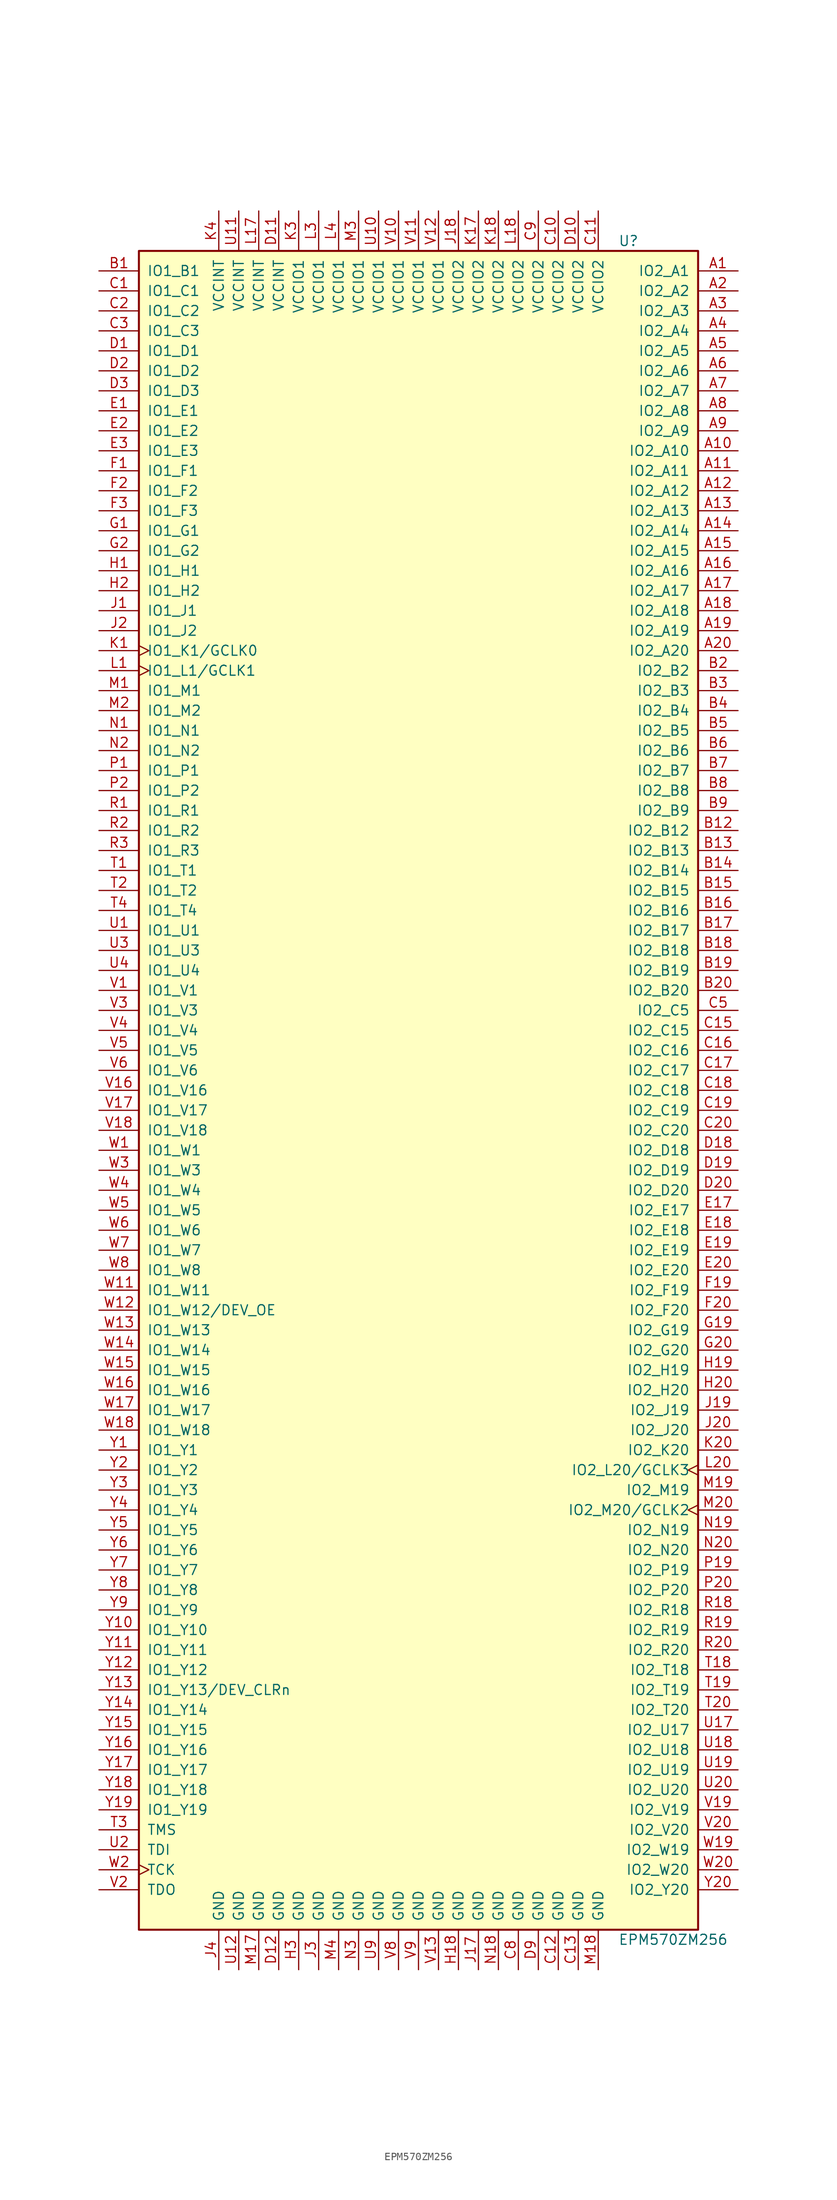
<source format=kicad_sym>
(kicad_symbol_lib
  (version 20201005)
  (generator kicad_symbol_editor)
  (symbol "EPM570ZM256"
    (pin_names
      (offset 1.016))
    (property "Reference" "U"
      (at 25.4 107.95 0)
      (effects (font (size 1.27 1.27)) (justify left)))
    (property "Value" "EPM570ZM256"
      (at 25.4 -107.95 0)
      (effects (font (size 1.27 1.27)) (justify left)))
    (property "ki_locked" ""
      (at 0 0 0)
      (effects (font (size 1.27 1.27))))
    (symbol "EPM570ZM256_1_1"
      (rectangle (start -35.56 106.68) (end 35.56 -106.68) (stroke (width 0.254)) (fill (type background)))
      (pin bidirectional line (at 40.64 104.14 180) (length 5.08) (name "IO2_A1" (effects (font (size 1.27 1.27)))) (number "A1" (effects (font (size 1.27 1.27)))))
      (pin bidirectional line (at 40.64 81.28 180) (length 5.08) (name "IO2_A10" (effects (font (size 1.27 1.27)))) (number "A10" (effects (font (size 1.27 1.27)))))
      (pin bidirectional line (at 40.64 78.74 180) (length 5.08) (name "IO2_A11" (effects (font (size 1.27 1.27)))) (number "A11" (effects (font (size 1.27 1.27)))))
      (pin bidirectional line (at 40.64 76.2 180) (length 5.08) (name "IO2_A12" (effects (font (size 1.27 1.27)))) (number "A12" (effects (font (size 1.27 1.27)))))
      (pin bidirectional line (at 40.64 73.66 180) (length 5.08) (name "IO2_A13" (effects (font (size 1.27 1.27)))) (number "A13" (effects (font (size 1.27 1.27)))))
      (pin bidirectional line (at 40.64 71.12 180) (length 5.08) (name "IO2_A14" (effects (font (size 1.27 1.27)))) (number "A14" (effects (font (size 1.27 1.27)))))
      (pin bidirectional line (at 40.64 68.58 180) (length 5.08) (name "IO2_A15" (effects (font (size 1.27 1.27)))) (number "A15" (effects (font (size 1.27 1.27)))))
      (pin bidirectional line (at 40.64 66.04 180) (length 5.08) (name "IO2_A16" (effects (font (size 1.27 1.27)))) (number "A16" (effects (font (size 1.27 1.27)))))
      (pin bidirectional line (at 40.64 63.5 180) (length 5.08) (name "IO2_A17" (effects (font (size 1.27 1.27)))) (number "A17" (effects (font (size 1.27 1.27)))))
      (pin bidirectional line (at 40.64 60.96 180) (length 5.08) (name "IO2_A18" (effects (font (size 1.27 1.27)))) (number "A18" (effects (font (size 1.27 1.27)))))
      (pin bidirectional line (at 40.64 58.42 180) (length 5.08) (name "IO2_A19" (effects (font (size 1.27 1.27)))) (number "A19" (effects (font (size 1.27 1.27)))))
      (pin bidirectional line (at 40.64 101.6 180) (length 5.08) (name "IO2_A2" (effects (font (size 1.27 1.27)))) (number "A2" (effects (font (size 1.27 1.27)))))
      (pin bidirectional line (at 40.64 55.88 180) (length 5.08) (name "IO2_A20" (effects (font (size 1.27 1.27)))) (number "A20" (effects (font (size 1.27 1.27)))))
      (pin bidirectional line (at 40.64 99.06 180) (length 5.08) (name "IO2_A3" (effects (font (size 1.27 1.27)))) (number "A3" (effects (font (size 1.27 1.27)))))
      (pin bidirectional line (at 40.64 96.52 180) (length 5.08) (name "IO2_A4" (effects (font (size 1.27 1.27)))) (number "A4" (effects (font (size 1.27 1.27)))))
      (pin bidirectional line (at 40.64 93.98 180) (length 5.08) (name "IO2_A5" (effects (font (size 1.27 1.27)))) (number "A5" (effects (font (size 1.27 1.27)))))
      (pin bidirectional line (at 40.64 91.44 180) (length 5.08) (name "IO2_A6" (effects (font (size 1.27 1.27)))) (number "A6" (effects (font (size 1.27 1.27)))))
      (pin bidirectional line (at 40.64 88.9 180) (length 5.08) (name "IO2_A7" (effects (font (size 1.27 1.27)))) (number "A7" (effects (font (size 1.27 1.27)))))
      (pin bidirectional line (at 40.64 86.36 180) (length 5.08) (name "IO2_A8" (effects (font (size 1.27 1.27)))) (number "A8" (effects (font (size 1.27 1.27)))))
      (pin bidirectional line (at 40.64 83.82 180) (length 5.08) (name "IO2_A9" (effects (font (size 1.27 1.27)))) (number "A9" (effects (font (size 1.27 1.27)))))
      (pin bidirectional line (at -40.64 104.14 0) (length 5.08) (name "IO1_B1" (effects (font (size 1.27 1.27)))) (number "B1" (effects (font (size 1.27 1.27)))))
      (pin bidirectional line (at 40.64 33.02 180) (length 5.08) (name "IO2_B12" (effects (font (size 1.27 1.27)))) (number "B12" (effects (font (size 1.27 1.27)))))
      (pin bidirectional line (at 40.64 30.48 180) (length 5.08) (name "IO2_B13" (effects (font (size 1.27 1.27)))) (number "B13" (effects (font (size 1.27 1.27)))))
      (pin bidirectional line (at 40.64 27.94 180) (length 5.08) (name "IO2_B14" (effects (font (size 1.27 1.27)))) (number "B14" (effects (font (size 1.27 1.27)))))
      (pin bidirectional line (at 40.64 25.4 180) (length 5.08) (name "IO2_B15" (effects (font (size 1.27 1.27)))) (number "B15" (effects (font (size 1.27 1.27)))))
      (pin bidirectional line (at 40.64 22.86 180) (length 5.08) (name "IO2_B16" (effects (font (size 1.27 1.27)))) (number "B16" (effects (font (size 1.27 1.27)))))
      (pin bidirectional line (at 40.64 20.32 180) (length 5.08) (name "IO2_B17" (effects (font (size 1.27 1.27)))) (number "B17" (effects (font (size 1.27 1.27)))))
      (pin bidirectional line (at 40.64 17.78 180) (length 5.08) (name "IO2_B18" (effects (font (size 1.27 1.27)))) (number "B18" (effects (font (size 1.27 1.27)))))
      (pin bidirectional line (at 40.64 15.24 180) (length 5.08) (name "IO2_B19" (effects (font (size 1.27 1.27)))) (number "B19" (effects (font (size 1.27 1.27)))))
      (pin bidirectional line (at 40.64 53.34 180) (length 5.08) (name "IO2_B2" (effects (font (size 1.27 1.27)))) (number "B2" (effects (font (size 1.27 1.27)))))
      (pin bidirectional line (at 40.64 12.7 180) (length 5.08) (name "IO2_B20" (effects (font (size 1.27 1.27)))) (number "B20" (effects (font (size 1.27 1.27)))))
      (pin bidirectional line (at 40.64 50.8 180) (length 5.08) (name "IO2_B3" (effects (font (size 1.27 1.27)))) (number "B3" (effects (font (size 1.27 1.27)))))
      (pin bidirectional line (at 40.64 48.26 180) (length 5.08) (name "IO2_B4" (effects (font (size 1.27 1.27)))) (number "B4" (effects (font (size 1.27 1.27)))))
      (pin bidirectional line (at 40.64 45.72 180) (length 5.08) (name "IO2_B5" (effects (font (size 1.27 1.27)))) (number "B5" (effects (font (size 1.27 1.27)))))
      (pin bidirectional line (at 40.64 43.18 180) (length 5.08) (name "IO2_B6" (effects (font (size 1.27 1.27)))) (number "B6" (effects (font (size 1.27 1.27)))))
      (pin bidirectional line (at 40.64 40.64 180) (length 5.08) (name "IO2_B7" (effects (font (size 1.27 1.27)))) (number "B7" (effects (font (size 1.27 1.27)))))
      (pin bidirectional line (at 40.64 38.1 180) (length 5.08) (name "IO2_B8" (effects (font (size 1.27 1.27)))) (number "B8" (effects (font (size 1.27 1.27)))))
      (pin bidirectional line (at 40.64 35.56 180) (length 5.08) (name "IO2_B9" (effects (font (size 1.27 1.27)))) (number "B9" (effects (font (size 1.27 1.27)))))
      (pin bidirectional line (at -40.64 101.6 0) (length 5.08) (name "IO1_C1" (effects (font (size 1.27 1.27)))) (number "C1" (effects (font (size 1.27 1.27)))))
      (pin power_in line (at 17.78 111.76 270) (length 5.08) (name "VCCIO2" (effects (font (size 1.27 1.27)))) (number "C10" (effects (font (size 1.27 1.27)))))
      (pin power_in line (at 22.86 111.76 270) (length 5.08) (name "VCCIO2" (effects (font (size 1.27 1.27)))) (number "C11" (effects (font (size 1.27 1.27)))))
      (pin power_in line (at 17.78 -111.76 90) (length 5.08) (name "GND" (effects (font (size 1.27 1.27)))) (number "C12" (effects (font (size 1.27 1.27)))))
      (pin power_in line (at 20.32 -111.76 90) (length 5.08) (name "GND" (effects (font (size 1.27 1.27)))) (number "C13" (effects (font (size 1.27 1.27)))))
      (pin bidirectional line (at 40.64 7.62 180) (length 5.08) (name "IO2_C15" (effects (font (size 1.27 1.27)))) (number "C15" (effects (font (size 1.27 1.27)))))
      (pin bidirectional line (at 40.64 5.08 180) (length 5.08) (name "IO2_C16" (effects (font (size 1.27 1.27)))) (number "C16" (effects (font (size 1.27 1.27)))))
      (pin bidirectional line (at 40.64 2.54 180) (length 5.08) (name "IO2_C17" (effects (font (size 1.27 1.27)))) (number "C17" (effects (font (size 1.27 1.27)))))
      (pin bidirectional line (at 40.64 0 180) (length 5.08) (name "IO2_C18" (effects (font (size 1.27 1.27)))) (number "C18" (effects (font (size 1.27 1.27)))))
      (pin bidirectional line (at 40.64 -2.54 180) (length 5.08) (name "IO2_C19" (effects (font (size 1.27 1.27)))) (number "C19" (effects (font (size 1.27 1.27)))))
      (pin bidirectional line (at -40.64 99.06 0) (length 5.08) (name "IO1_C2" (effects (font (size 1.27 1.27)))) (number "C2" (effects (font (size 1.27 1.27)))))
      (pin bidirectional line (at 40.64 -5.08 180) (length 5.08) (name "IO2_C20" (effects (font (size 1.27 1.27)))) (number "C20" (effects (font (size 1.27 1.27)))))
      (pin bidirectional line (at -40.64 96.52 0) (length 5.08) (name "IO1_C3" (effects (font (size 1.27 1.27)))) (number "C3" (effects (font (size 1.27 1.27)))))
      (pin bidirectional line (at 40.64 10.16 180) (length 5.08) (name "IO2_C5" (effects (font (size 1.27 1.27)))) (number "C5" (effects (font (size 1.27 1.27)))))
      (pin power_in line (at 12.7 -111.76 90) (length 5.08) (name "GND" (effects (font (size 1.27 1.27)))) (number "C8" (effects (font (size 1.27 1.27)))))
      (pin power_in line (at 15.24 111.76 270) (length 5.08) (name "VCCIO2" (effects (font (size 1.27 1.27)))) (number "C9" (effects (font (size 1.27 1.27)))))
      (pin bidirectional line (at -40.64 93.98 0) (length 5.08) (name "IO1_D1" (effects (font (size 1.27 1.27)))) (number "D1" (effects (font (size 1.27 1.27)))))
      (pin power_in line (at 20.32 111.76 270) (length 5.08) (name "VCCIO2" (effects (font (size 1.27 1.27)))) (number "D10" (effects (font (size 1.27 1.27)))))
      (pin power_in line (at -17.78 111.76 270) (length 5.08) (name "VCCINT" (effects (font (size 1.27 1.27)))) (number "D11" (effects (font (size 1.27 1.27)))))
      (pin power_in line (at -17.78 -111.76 90) (length 5.08) (name "GND" (effects (font (size 1.27 1.27)))) (number "D12" (effects (font (size 1.27 1.27)))))
      (pin bidirectional line (at 40.64 -7.62 180) (length 5.08) (name "IO2_D18" (effects (font (size 1.27 1.27)))) (number "D18" (effects (font (size 1.27 1.27)))))
      (pin bidirectional line (at 40.64 -10.16 180) (length 5.08) (name "IO2_D19" (effects (font (size 1.27 1.27)))) (number "D19" (effects (font (size 1.27 1.27)))))
      (pin bidirectional line (at -40.64 91.44 0) (length 5.08) (name "IO1_D2" (effects (font (size 1.27 1.27)))) (number "D2" (effects (font (size 1.27 1.27)))))
      (pin bidirectional line (at 40.64 -12.7 180) (length 5.08) (name "IO2_D20" (effects (font (size 1.27 1.27)))) (number "D20" (effects (font (size 1.27 1.27)))))
      (pin bidirectional line (at -40.64 88.9 0) (length 5.08) (name "IO1_D3" (effects (font (size 1.27 1.27)))) (number "D3" (effects (font (size 1.27 1.27)))))
      (pin power_in line (at 15.24 -111.76 90) (length 5.08) (name "GND" (effects (font (size 1.27 1.27)))) (number "D9" (effects (font (size 1.27 1.27)))))
      (pin bidirectional line (at -40.64 86.36 0) (length 5.08) (name "IO1_E1" (effects (font (size 1.27 1.27)))) (number "E1" (effects (font (size 1.27 1.27)))))
      (pin bidirectional line (at 40.64 -15.24 180) (length 5.08) (name "IO2_E17" (effects (font (size 1.27 1.27)))) (number "E17" (effects (font (size 1.27 1.27)))))
      (pin bidirectional line (at 40.64 -17.78 180) (length 5.08) (name "IO2_E18" (effects (font (size 1.27 1.27)))) (number "E18" (effects (font (size 1.27 1.27)))))
      (pin bidirectional line (at 40.64 -20.32 180) (length 5.08) (name "IO2_E19" (effects (font (size 1.27 1.27)))) (number "E19" (effects (font (size 1.27 1.27)))))
      (pin bidirectional line (at -40.64 83.82 0) (length 5.08) (name "IO1_E2" (effects (font (size 1.27 1.27)))) (number "E2" (effects (font (size 1.27 1.27)))))
      (pin bidirectional line (at 40.64 -22.86 180) (length 5.08) (name "IO2_E20" (effects (font (size 1.27 1.27)))) (number "E20" (effects (font (size 1.27 1.27)))))
      (pin bidirectional line (at -40.64 81.28 0) (length 5.08) (name "IO1_E3" (effects (font (size 1.27 1.27)))) (number "E3" (effects (font (size 1.27 1.27)))))
      (pin bidirectional line (at -40.64 78.74 0) (length 5.08) (name "IO1_F1" (effects (font (size 1.27 1.27)))) (number "F1" (effects (font (size 1.27 1.27)))))
      (pin bidirectional line (at 40.64 -25.4 180) (length 5.08) (name "IO2_F19" (effects (font (size 1.27 1.27)))) (number "F19" (effects (font (size 1.27 1.27)))))
      (pin bidirectional line (at -40.64 76.2 0) (length 5.08) (name "IO1_F2" (effects (font (size 1.27 1.27)))) (number "F2" (effects (font (size 1.27 1.27)))))
      (pin bidirectional line (at 40.64 -27.94 180) (length 5.08) (name "IO2_F20" (effects (font (size 1.27 1.27)))) (number "F20" (effects (font (size 1.27 1.27)))))
      (pin bidirectional line (at -40.64 73.66 0) (length 5.08) (name "IO1_F3" (effects (font (size 1.27 1.27)))) (number "F3" (effects (font (size 1.27 1.27)))))
      (pin bidirectional line (at -40.64 71.12 0) (length 5.08) (name "IO1_G1" (effects (font (size 1.27 1.27)))) (number "G1" (effects (font (size 1.27 1.27)))))
      (pin bidirectional line (at 40.64 -30.48 180) (length 5.08) (name "IO2_G19" (effects (font (size 1.27 1.27)))) (number "G19" (effects (font (size 1.27 1.27)))))
      (pin bidirectional line (at -40.64 68.58 0) (length 5.08) (name "IO1_G2" (effects (font (size 1.27 1.27)))) (number "G2" (effects (font (size 1.27 1.27)))))
      (pin bidirectional line (at 40.64 -33.02 180) (length 5.08) (name "IO2_G20" (effects (font (size 1.27 1.27)))) (number "G20" (effects (font (size 1.27 1.27)))))
      (pin bidirectional line (at -40.64 66.04 0) (length 5.08) (name "IO1_H1" (effects (font (size 1.27 1.27)))) (number "H1" (effects (font (size 1.27 1.27)))))
      (pin power_in line (at 5.08 -111.76 90) (length 5.08) (name "GND" (effects (font (size 1.27 1.27)))) (number "H18" (effects (font (size 1.27 1.27)))))
      (pin bidirectional line (at 40.64 -35.56 180) (length 5.08) (name "IO2_H19" (effects (font (size 1.27 1.27)))) (number "H19" (effects (font (size 1.27 1.27)))))
      (pin bidirectional line (at -40.64 63.5 0) (length 5.08) (name "IO1_H2" (effects (font (size 1.27 1.27)))) (number "H2" (effects (font (size 1.27 1.27)))))
      (pin bidirectional line (at 40.64 -38.1 180) (length 5.08) (name "IO2_H20" (effects (font (size 1.27 1.27)))) (number "H20" (effects (font (size 1.27 1.27)))))
      (pin power_in line (at -15.24 -111.76 90) (length 5.08) (name "GND" (effects (font (size 1.27 1.27)))) (number "H3" (effects (font (size 1.27 1.27)))))
      (pin bidirectional line (at -40.64 60.96 0) (length 5.08) (name "IO1_J1" (effects (font (size 1.27 1.27)))) (number "J1" (effects (font (size 1.27 1.27)))))
      (pin power_in line (at 7.62 -111.76 90) (length 5.08) (name "GND" (effects (font (size 1.27 1.27)))) (number "J17" (effects (font (size 1.27 1.27)))))
      (pin power_in line (at 5.08 111.76 270) (length 5.08) (name "VCCIO2" (effects (font (size 1.27 1.27)))) (number "J18" (effects (font (size 1.27 1.27)))))
      (pin bidirectional line (at 40.64 -40.64 180) (length 5.08) (name "IO2_J19" (effects (font (size 1.27 1.27)))) (number "J19" (effects (font (size 1.27 1.27)))))
      (pin bidirectional line (at -40.64 58.42 0) (length 5.08) (name "IO1_J2" (effects (font (size 1.27 1.27)))) (number "J2" (effects (font (size 1.27 1.27)))))
      (pin bidirectional line (at 40.64 -43.18 180) (length 5.08) (name "IO2_J20" (effects (font (size 1.27 1.27)))) (number "J20" (effects (font (size 1.27 1.27)))))
      (pin power_in line (at -12.7 -111.76 90) (length 5.08) (name "GND" (effects (font (size 1.27 1.27)))) (number "J3" (effects (font (size 1.27 1.27)))))
      (pin power_in line (at -25.4 -111.76 90) (length 5.08) (name "GND" (effects (font (size 1.27 1.27)))) (number "J4" (effects (font (size 1.27 1.27)))))
      (pin bidirectional clock (at -40.64 55.88 0) (length 5.08) (name "IO1_K1/GCLK0" (effects (font (size 1.27 1.27)))) (number "K1" (effects (font (size 1.27 1.27)))))
      (pin power_in line (at 7.62 111.76 270) (length 5.08) (name "VCCIO2" (effects (font (size 1.27 1.27)))) (number "K17" (effects (font (size 1.27 1.27)))))
      (pin power_in line (at 10.16 111.76 270) (length 5.08) (name "VCCIO2" (effects (font (size 1.27 1.27)))) (number "K18" (effects (font (size 1.27 1.27)))))
      (pin bidirectional line (at 40.64 -45.72 180) (length 5.08) (name "IO2_K20" (effects (font (size 1.27 1.27)))) (number "K20" (effects (font (size 1.27 1.27)))))
      (pin power_in line (at -15.24 111.76 270) (length 5.08) (name "VCCIO1" (effects (font (size 1.27 1.27)))) (number "K3" (effects (font (size 1.27 1.27)))))
      (pin power_in line (at -25.4 111.76 270) (length 5.08) (name "VCCINT" (effects (font (size 1.27 1.27)))) (number "K4" (effects (font (size 1.27 1.27)))))
      (pin bidirectional clock (at -40.64 53.34 0) (length 5.08) (name "IO1_L1/GCLK1" (effects (font (size 1.27 1.27)))) (number "L1" (effects (font (size 1.27 1.27)))))
      (pin power_in line (at -20.32 111.76 270) (length 5.08) (name "VCCINT" (effects (font (size 1.27 1.27)))) (number "L17" (effects (font (size 1.27 1.27)))))
      (pin power_in line (at 12.7 111.76 270) (length 5.08) (name "VCCIO2" (effects (font (size 1.27 1.27)))) (number "L18" (effects (font (size 1.27 1.27)))))
      (pin bidirectional clock (at 40.64 -48.26 180) (length 5.08) (name "IO2_L20/GCLK3" (effects (font (size 1.27 1.27)))) (number "L20" (effects (font (size 1.27 1.27)))))
      (pin power_in line (at -12.7 111.76 270) (length 5.08) (name "VCCIO1" (effects (font (size 1.27 1.27)))) (number "L3" (effects (font (size 1.27 1.27)))))
      (pin power_in line (at -10.16 111.76 270) (length 5.08) (name "VCCIO1" (effects (font (size 1.27 1.27)))) (number "L4" (effects (font (size 1.27 1.27)))))
      (pin bidirectional line (at -40.64 50.8 0) (length 5.08) (name "IO1_M1" (effects (font (size 1.27 1.27)))) (number "M1" (effects (font (size 1.27 1.27)))))
      (pin power_in line (at -20.32 -111.76 90) (length 5.08) (name "GND" (effects (font (size 1.27 1.27)))) (number "M17" (effects (font (size 1.27 1.27)))))
      (pin power_in line (at 22.86 -111.76 90) (length 5.08) (name "GND" (effects (font (size 1.27 1.27)))) (number "M18" (effects (font (size 1.27 1.27)))))
      (pin bidirectional line (at 40.64 -50.8 180) (length 5.08) (name "IO2_M19" (effects (font (size 1.27 1.27)))) (number "M19" (effects (font (size 1.27 1.27)))))
      (pin bidirectional line (at -40.64 48.26 0) (length 5.08) (name "IO1_M2" (effects (font (size 1.27 1.27)))) (number "M2" (effects (font (size 1.27 1.27)))))
      (pin bidirectional clock (at 40.64 -53.34 180) (length 5.08) (name "IO2_M20/GCLK2" (effects (font (size 1.27 1.27)))) (number "M20" (effects (font (size 1.27 1.27)))))
      (pin power_in line (at -7.62 111.76 270) (length 5.08) (name "VCCIO1" (effects (font (size 1.27 1.27)))) (number "M3" (effects (font (size 1.27 1.27)))))
      (pin power_in line (at -10.16 -111.76 90) (length 5.08) (name "GND" (effects (font (size 1.27 1.27)))) (number "M4" (effects (font (size 1.27 1.27)))))
      (pin bidirectional line (at -40.64 45.72 0) (length 5.08) (name "IO1_N1" (effects (font (size 1.27 1.27)))) (number "N1" (effects (font (size 1.27 1.27)))))
      (pin power_in line (at 10.16 -111.76 90) (length 5.08) (name "GND" (effects (font (size 1.27 1.27)))) (number "N18" (effects (font (size 1.27 1.27)))))
      (pin bidirectional line (at 40.64 -55.88 180) (length 5.08) (name "IO2_N19" (effects (font (size 1.27 1.27)))) (number "N19" (effects (font (size 1.27 1.27)))))
      (pin bidirectional line (at -40.64 43.18 0) (length 5.08) (name "IO1_N2" (effects (font (size 1.27 1.27)))) (number "N2" (effects (font (size 1.27 1.27)))))
      (pin bidirectional line (at 40.64 -58.42 180) (length 5.08) (name "IO2_N20" (effects (font (size 1.27 1.27)))) (number "N20" (effects (font (size 1.27 1.27)))))
      (pin power_in line (at -7.62 -111.76 90) (length 5.08) (name "GND" (effects (font (size 1.27 1.27)))) (number "N3" (effects (font (size 1.27 1.27)))))
      (pin bidirectional line (at -40.64 40.64 0) (length 5.08) (name "IO1_P1" (effects (font (size 1.27 1.27)))) (number "P1" (effects (font (size 1.27 1.27)))))
      (pin bidirectional line (at 40.64 -60.96 180) (length 5.08) (name "IO2_P19" (effects (font (size 1.27 1.27)))) (number "P19" (effects (font (size 1.27 1.27)))))
      (pin bidirectional line (at -40.64 38.1 0) (length 5.08) (name "IO1_P2" (effects (font (size 1.27 1.27)))) (number "P2" (effects (font (size 1.27 1.27)))))
      (pin bidirectional line (at 40.64 -63.5 180) (length 5.08) (name "IO2_P20" (effects (font (size 1.27 1.27)))) (number "P20" (effects (font (size 1.27 1.27)))))
      (pin bidirectional line (at -40.64 35.56 0) (length 5.08) (name "IO1_R1" (effects (font (size 1.27 1.27)))) (number "R1" (effects (font (size 1.27 1.27)))))
      (pin bidirectional line (at 40.64 -66.04 180) (length 5.08) (name "IO2_R18" (effects (font (size 1.27 1.27)))) (number "R18" (effects (font (size 1.27 1.27)))))
      (pin bidirectional line (at 40.64 -68.58 180) (length 5.08) (name "IO2_R19" (effects (font (size 1.27 1.27)))) (number "R19" (effects (font (size 1.27 1.27)))))
      (pin bidirectional line (at -40.64 33.02 0) (length 5.08) (name "IO1_R2" (effects (font (size 1.27 1.27)))) (number "R2" (effects (font (size 1.27 1.27)))))
      (pin bidirectional line (at 40.64 -71.12 180) (length 5.08) (name "IO2_R20" (effects (font (size 1.27 1.27)))) (number "R20" (effects (font (size 1.27 1.27)))))
      (pin bidirectional line (at -40.64 30.48 0) (length 5.08) (name "IO1_R3" (effects (font (size 1.27 1.27)))) (number "R3" (effects (font (size 1.27 1.27)))))
      (pin bidirectional line (at -40.64 27.94 0) (length 5.08) (name "IO1_T1" (effects (font (size 1.27 1.27)))) (number "T1" (effects (font (size 1.27 1.27)))))
      (pin bidirectional line (at 40.64 -73.66 180) (length 5.08) (name "IO2_T18" (effects (font (size 1.27 1.27)))) (number "T18" (effects (font (size 1.27 1.27)))))
      (pin bidirectional line (at 40.64 -76.2 180) (length 5.08) (name "IO2_T19" (effects (font (size 1.27 1.27)))) (number "T19" (effects (font (size 1.27 1.27)))))
      (pin bidirectional line (at -40.64 25.4 0) (length 5.08) (name "IO1_T2" (effects (font (size 1.27 1.27)))) (number "T2" (effects (font (size 1.27 1.27)))))
      (pin bidirectional line (at 40.64 -78.74 180) (length 5.08) (name "IO2_T20" (effects (font (size 1.27 1.27)))) (number "T20" (effects (font (size 1.27 1.27)))))
      (pin input line (at -40.64 -93.98 0) (length 5.08) (name "TMS" (effects (font (size 1.27 1.27)))) (number "T3" (effects (font (size 1.27 1.27)))))
      (pin bidirectional line (at -40.64 22.86 0) (length 5.08) (name "IO1_T4" (effects (font (size 1.27 1.27)))) (number "T4" (effects (font (size 1.27 1.27)))))
      (pin bidirectional line (at -40.64 20.32 0) (length 5.08) (name "IO1_U1" (effects (font (size 1.27 1.27)))) (number "U1" (effects (font (size 1.27 1.27)))))
      (pin power_in line (at -5.08 111.76 270) (length 5.08) (name "VCCIO1" (effects (font (size 1.27 1.27)))) (number "U10" (effects (font (size 1.27 1.27)))))
      (pin power_in line (at -22.86 111.76 270) (length 5.08) (name "VCCINT" (effects (font (size 1.27 1.27)))) (number "U11" (effects (font (size 1.27 1.27)))))
      (pin power_in line (at -22.86 -111.76 90) (length 5.08) (name "GND" (effects (font (size 1.27 1.27)))) (number "U12" (effects (font (size 1.27 1.27)))))
      (pin bidirectional line (at 40.64 -81.28 180) (length 5.08) (name "IO2_U17" (effects (font (size 1.27 1.27)))) (number "U17" (effects (font (size 1.27 1.27)))))
      (pin bidirectional line (at 40.64 -83.82 180) (length 5.08) (name "IO2_U18" (effects (font (size 1.27 1.27)))) (number "U18" (effects (font (size 1.27 1.27)))))
      (pin bidirectional line (at 40.64 -86.36 180) (length 5.08) (name "IO2_U19" (effects (font (size 1.27 1.27)))) (number "U19" (effects (font (size 1.27 1.27)))))
      (pin input line (at -40.64 -96.52 0) (length 5.08) (name "TDI" (effects (font (size 1.27 1.27)))) (number "U2" (effects (font (size 1.27 1.27)))))
      (pin bidirectional line (at 40.64 -88.9 180) (length 5.08) (name "IO2_U20" (effects (font (size 1.27 1.27)))) (number "U20" (effects (font (size 1.27 1.27)))))
      (pin bidirectional line (at -40.64 17.78 0) (length 5.08) (name "IO1_U3" (effects (font (size 1.27 1.27)))) (number "U3" (effects (font (size 1.27 1.27)))))
      (pin bidirectional line (at -40.64 15.24 0) (length 5.08) (name "IO1_U4" (effects (font (size 1.27 1.27)))) (number "U4" (effects (font (size 1.27 1.27)))))
      (pin power_in line (at -5.08 -111.76 90) (length 5.08) (name "GND" (effects (font (size 1.27 1.27)))) (number "U9" (effects (font (size 1.27 1.27)))))
      (pin bidirectional line (at -40.64 12.7 0) (length 5.08) (name "IO1_V1" (effects (font (size 1.27 1.27)))) (number "V1" (effects (font (size 1.27 1.27)))))
      (pin power_in line (at -2.54 111.76 270) (length 5.08) (name "VCCIO1" (effects (font (size 1.27 1.27)))) (number "V10" (effects (font (size 1.27 1.27)))))
      (pin power_in line (at 0 111.76 270) (length 5.08) (name "VCCIO1" (effects (font (size 1.27 1.27)))) (number "V11" (effects (font (size 1.27 1.27)))))
      (pin power_in line (at 2.54 111.76 270) (length 5.08) (name "VCCIO1" (effects (font (size 1.27 1.27)))) (number "V12" (effects (font (size 1.27 1.27)))))
      (pin power_in line (at 2.54 -111.76 90) (length 5.08) (name "GND" (effects (font (size 1.27 1.27)))) (number "V13" (effects (font (size 1.27 1.27)))))
      (pin bidirectional line (at -40.64 0 0) (length 5.08) (name "IO1_V16" (effects (font (size 1.27 1.27)))) (number "V16" (effects (font (size 1.27 1.27)))))
      (pin bidirectional line (at -40.64 -2.54 0) (length 5.08) (name "IO1_V17" (effects (font (size 1.27 1.27)))) (number "V17" (effects (font (size 1.27 1.27)))))
      (pin bidirectional line (at -40.64 -5.08 0) (length 5.08) (name "IO1_V18" (effects (font (size 1.27 1.27)))) (number "V18" (effects (font (size 1.27 1.27)))))
      (pin bidirectional line (at 40.64 -91.44 180) (length 5.08) (name "IO2_V19" (effects (font (size 1.27 1.27)))) (number "V19" (effects (font (size 1.27 1.27)))))
      (pin output line (at -40.64 -101.6 0) (length 5.08) (name "TDO" (effects (font (size 1.27 1.27)))) (number "V2" (effects (font (size 1.27 1.27)))))
      (pin bidirectional line (at 40.64 -93.98 180) (length 5.08) (name "IO2_V20" (effects (font (size 1.27 1.27)))) (number "V20" (effects (font (size 1.27 1.27)))))
      (pin bidirectional line (at -40.64 10.16 0) (length 5.08) (name "IO1_V3" (effects (font (size 1.27 1.27)))) (number "V3" (effects (font (size 1.27 1.27)))))
      (pin bidirectional line (at -40.64 7.62 0) (length 5.08) (name "IO1_V4" (effects (font (size 1.27 1.27)))) (number "V4" (effects (font (size 1.27 1.27)))))
      (pin bidirectional line (at -40.64 5.08 0) (length 5.08) (name "IO1_V5" (effects (font (size 1.27 1.27)))) (number "V5" (effects (font (size 1.27 1.27)))))
      (pin bidirectional line (at -40.64 2.54 0) (length 5.08) (name "IO1_V6" (effects (font (size 1.27 1.27)))) (number "V6" (effects (font (size 1.27 1.27)))))
      (pin power_in line (at -2.54 -111.76 90) (length 5.08) (name "GND" (effects (font (size 1.27 1.27)))) (number "V8" (effects (font (size 1.27 1.27)))))
      (pin power_in line (at 0 -111.76 90) (length 5.08) (name "GND" (effects (font (size 1.27 1.27)))) (number "V9" (effects (font (size 1.27 1.27)))))
      (pin bidirectional line (at -40.64 -7.62 0) (length 5.08) (name "IO1_W1" (effects (font (size 1.27 1.27)))) (number "W1" (effects (font (size 1.27 1.27)))))
      (pin bidirectional line (at -40.64 -25.4 0) (length 5.08) (name "IO1_W11" (effects (font (size 1.27 1.27)))) (number "W11" (effects (font (size 1.27 1.27)))))
      (pin bidirectional line (at -40.64 -27.94 0) (length 5.08) (name "IO1_W12/DEV_OE" (effects (font (size 1.27 1.27)))) (number "W12" (effects (font (size 1.27 1.27)))))
      (pin bidirectional line (at -40.64 -30.48 0) (length 5.08) (name "IO1_W13" (effects (font (size 1.27 1.27)))) (number "W13" (effects (font (size 1.27 1.27)))))
      (pin bidirectional line (at -40.64 -33.02 0) (length 5.08) (name "IO1_W14" (effects (font (size 1.27 1.27)))) (number "W14" (effects (font (size 1.27 1.27)))))
      (pin bidirectional line (at -40.64 -35.56 0) (length 5.08) (name "IO1_W15" (effects (font (size 1.27 1.27)))) (number "W15" (effects (font (size 1.27 1.27)))))
      (pin bidirectional line (at -40.64 -38.1 0) (length 5.08) (name "IO1_W16" (effects (font (size 1.27 1.27)))) (number "W16" (effects (font (size 1.27 1.27)))))
      (pin bidirectional line (at -40.64 -40.64 0) (length 5.08) (name "IO1_W17" (effects (font (size 1.27 1.27)))) (number "W17" (effects (font (size 1.27 1.27)))))
      (pin bidirectional line (at -40.64 -43.18 0) (length 5.08) (name "IO1_W18" (effects (font (size 1.27 1.27)))) (number "W18" (effects (font (size 1.27 1.27)))))
      (pin bidirectional line (at 40.64 -96.52 180) (length 5.08) (name "IO2_W19" (effects (font (size 1.27 1.27)))) (number "W19" (effects (font (size 1.27 1.27)))))
      (pin input clock (at -40.64 -99.06 0) (length 5.08) (name "TCK" (effects (font (size 1.27 1.27)))) (number "W2" (effects (font (size 1.27 1.27)))))
      (pin bidirectional line (at 40.64 -99.06 180) (length 5.08) (name "IO2_W20" (effects (font (size 1.27 1.27)))) (number "W20" (effects (font (size 1.27 1.27)))))
      (pin bidirectional line (at -40.64 -10.16 0) (length 5.08) (name "IO1_W3" (effects (font (size 1.27 1.27)))) (number "W3" (effects (font (size 1.27 1.27)))))
      (pin bidirectional line (at -40.64 -12.7 0) (length 5.08) (name "IO1_W4" (effects (font (size 1.27 1.27)))) (number "W4" (effects (font (size 1.27 1.27)))))
      (pin bidirectional line (at -40.64 -15.24 0) (length 5.08) (name "IO1_W5" (effects (font (size 1.27 1.27)))) (number "W5" (effects (font (size 1.27 1.27)))))
      (pin bidirectional line (at -40.64 -17.78 0) (length 5.08) (name "IO1_W6" (effects (font (size 1.27 1.27)))) (number "W6" (effects (font (size 1.27 1.27)))))
      (pin bidirectional line (at -40.64 -20.32 0) (length 5.08) (name "IO1_W7" (effects (font (size 1.27 1.27)))) (number "W7" (effects (font (size 1.27 1.27)))))
      (pin bidirectional line (at -40.64 -22.86 0) (length 5.08) (name "IO1_W8" (effects (font (size 1.27 1.27)))) (number "W8" (effects (font (size 1.27 1.27)))))
      (pin bidirectional line (at -40.64 -45.72 0) (length 5.08) (name "IO1_Y1" (effects (font (size 1.27 1.27)))) (number "Y1" (effects (font (size 1.27 1.27)))))
      (pin bidirectional line (at -40.64 -68.58 0) (length 5.08) (name "IO1_Y10" (effects (font (size 1.27 1.27)))) (number "Y10" (effects (font (size 1.27 1.27)))))
      (pin bidirectional line (at -40.64 -71.12 0) (length 5.08) (name "IO1_Y11" (effects (font (size 1.27 1.27)))) (number "Y11" (effects (font (size 1.27 1.27)))))
      (pin bidirectional line (at -40.64 -73.66 0) (length 5.08) (name "IO1_Y12" (effects (font (size 1.27 1.27)))) (number "Y12" (effects (font (size 1.27 1.27)))))
      (pin bidirectional line (at -40.64 -76.2 0) (length 5.08) (name "IO1_Y13/DEV_CLRn" (effects (font (size 1.27 1.27)))) (number "Y13" (effects (font (size 1.27 1.27)))))
      (pin bidirectional line (at -40.64 -78.74 0) (length 5.08) (name "IO1_Y14" (effects (font (size 1.27 1.27)))) (number "Y14" (effects (font (size 1.27 1.27)))))
      (pin bidirectional line (at -40.64 -81.28 0) (length 5.08) (name "IO1_Y15" (effects (font (size 1.27 1.27)))) (number "Y15" (effects (font (size 1.27 1.27)))))
      (pin bidirectional line (at -40.64 -83.82 0) (length 5.08) (name "IO1_Y16" (effects (font (size 1.27 1.27)))) (number "Y16" (effects (font (size 1.27 1.27)))))
      (pin bidirectional line (at -40.64 -86.36 0) (length 5.08) (name "IO1_Y17" (effects (font (size 1.27 1.27)))) (number "Y17" (effects (font (size 1.27 1.27)))))
      (pin bidirectional line (at -40.64 -88.9 0) (length 5.08) (name "IO1_Y18" (effects (font (size 1.27 1.27)))) (number "Y18" (effects (font (size 1.27 1.27)))))
      (pin bidirectional line (at -40.64 -91.44 0) (length 5.08) (name "IO1_Y19" (effects (font (size 1.27 1.27)))) (number "Y19" (effects (font (size 1.27 1.27)))))
      (pin bidirectional line (at -40.64 -48.26 0) (length 5.08) (name "IO1_Y2" (effects (font (size 1.27 1.27)))) (number "Y2" (effects (font (size 1.27 1.27)))))
      (pin bidirectional line (at 40.64 -101.6 180) (length 5.08) (name "IO2_Y20" (effects (font (size 1.27 1.27)))) (number "Y20" (effects (font (size 1.27 1.27)))))
      (pin bidirectional line (at -40.64 -50.8 0) (length 5.08) (name "IO1_Y3" (effects (font (size 1.27 1.27)))) (number "Y3" (effects (font (size 1.27 1.27)))))
      (pin bidirectional line (at -40.64 -53.34 0) (length 5.08) (name "IO1_Y4" (effects (font (size 1.27 1.27)))) (number "Y4" (effects (font (size 1.27 1.27)))))
      (pin bidirectional line (at -40.64 -55.88 0) (length 5.08) (name "IO1_Y5" (effects (font (size 1.27 1.27)))) (number "Y5" (effects (font (size 1.27 1.27)))))
      (pin bidirectional line (at -40.64 -58.42 0) (length 5.08) (name "IO1_Y6" (effects (font (size 1.27 1.27)))) (number "Y6" (effects (font (size 1.27 1.27)))))
      (pin bidirectional line (at -40.64 -60.96 0) (length 5.08) (name "IO1_Y7" (effects (font (size 1.27 1.27)))) (number "Y7" (effects (font (size 1.27 1.27)))))
      (pin bidirectional line (at -40.64 -63.5 0) (length 5.08) (name "IO1_Y8" (effects (font (size 1.27 1.27)))) (number "Y8" (effects (font (size 1.27 1.27)))))
      (pin bidirectional line (at -40.64 -66.04 0) (length 5.08) (name "IO1_Y9" (effects (font (size 1.27 1.27)))) (number "Y9" (effects (font (size 1.27 1.27))))))))
</source>
